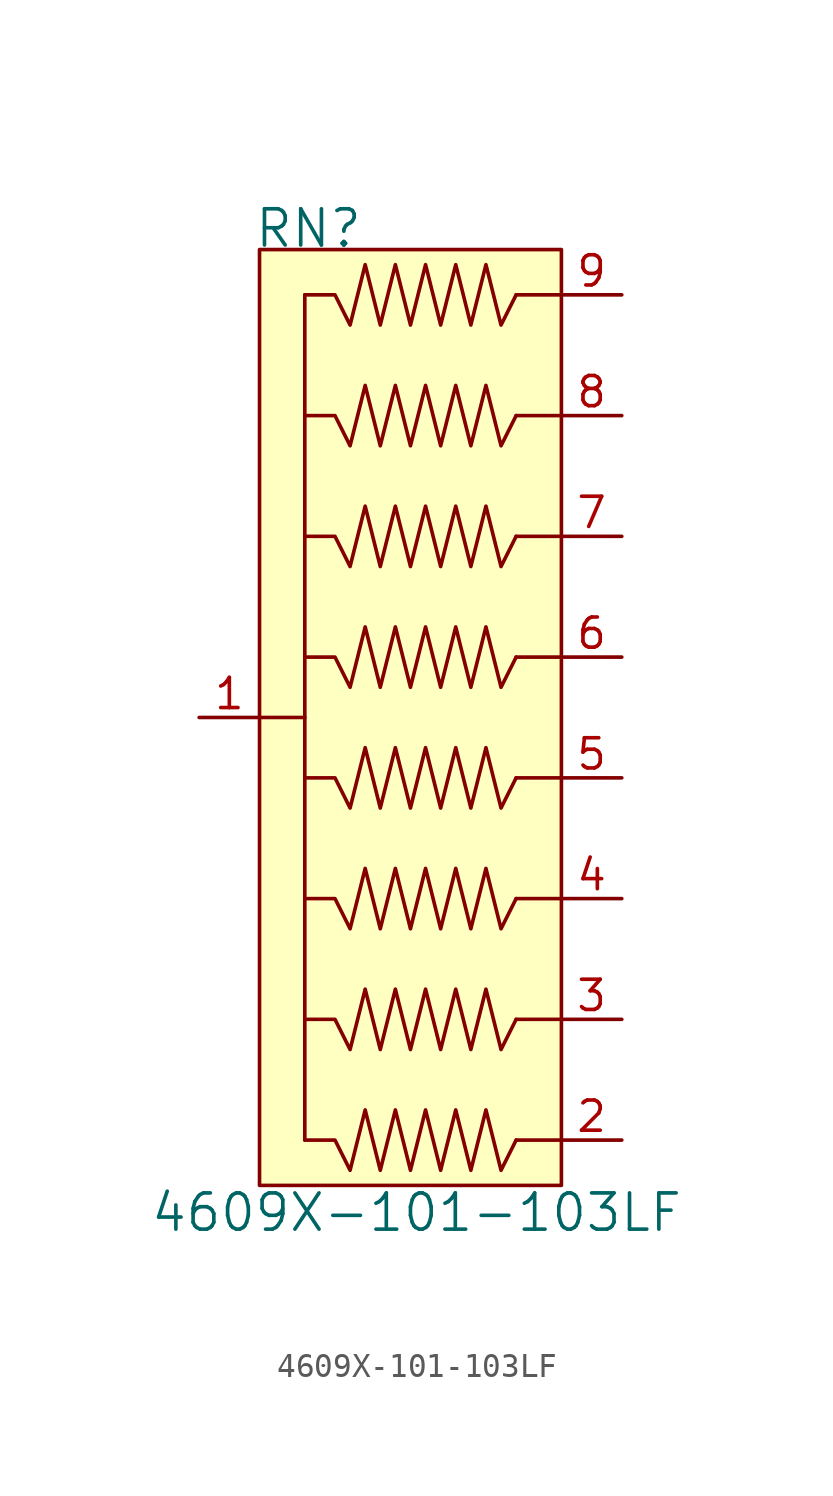
<source format=kicad_sym>
(kicad_symbol_lib
  (version 20211014)
  (generator kicad_symbol_editor)
  (symbol "4609X-101-103LF"
    (pin_names
      (offset 1.016))
    (property "Reference" "RN"
      (at -6.858 20.574 0)
      (effects (font (size 1.524 1.524)) (justify left)))
    (property "Value" "4609X-101-103LF"
      (at 0 -20.828 0)
      (effects (font (size 1.524 1.524))))
    (symbol "4609X-101-103LF_0_1"
      (rectangle (start -6.604 -19.685) (end 6.096 19.685) (stroke (width 0) (type default) (color 0 0 0 0)) (fill (type background)))
      (polyline (pts (xy -6.604 0) (xy -4.699 0)) (stroke (width 0) (type default) (color 0 0 0 0)) (fill (type none)))
      (polyline (pts (xy -4.699 -17.78) (xy -4.699 17.78)) (stroke (width 0) (type default) (color 0 0 0 0)) (fill (type none))))
    (symbol "4609X-101-103LF_1_1"
      (polyline (pts (xy 6.096 -17.78) (xy 4.191 -17.78)) (stroke (width 0) (type default) (color 0 0 0 0)) (fill (type none)))
      (polyline (pts (xy 6.096 -12.7) (xy 4.191 -12.7)) (stroke (width 0) (type default) (color 0 0 0 0)) (fill (type none)))
      (polyline (pts (xy 6.096 -7.62) (xy 4.191 -7.62)) (stroke (width 0) (type default) (color 0 0 0 0)) (fill (type none)))
      (polyline (pts (xy 6.096 -2.54) (xy 4.191 -2.54)) (stroke (width 0) (type default) (color 0 0 0 0)) (fill (type none)))
      (polyline (pts (xy 6.096 2.54) (xy 4.191 2.54)) (stroke (width 0) (type default) (color 0 0 0 0)) (fill (type none)))
      (polyline (pts (xy 6.096 7.62) (xy 4.191 7.62)) (stroke (width 0) (type default) (color 0 0 0 0)) (fill (type none)))
      (polyline (pts (xy 6.096 12.7) (xy 4.191 12.7)) (stroke (width 0) (type default) (color 0 0 0 0)) (fill (type none)))
      (polyline (pts (xy 6.096 17.78) (xy 4.191 17.78)) (stroke (width 0) (type default) (color 0 0 0 0)) (fill (type none)))
      (polyline (pts (xy 4.191 -17.78) (xy 3.556 -19.05) (xy 2.921 -16.51) (xy 2.286 -19.05) (xy 1.651 -16.51) (xy 1.016 -19.05) (xy 0.381 -16.51) (xy -0.254 -19.05) (xy -0.889 -16.51) (xy -1.524 -19.05) (xy -2.159 -16.51) (xy -2.794 -19.05) (xy -3.429 -17.78) (xy -4.699 -17.78)) (stroke (width 0) (type default) (color 0 0 0 0)) (fill (type none)))
      (polyline (pts (xy 4.191 -12.7) (xy 3.556 -13.97) (xy 2.921 -11.43) (xy 2.286 -13.97) (xy 1.651 -11.43) (xy 1.016 -13.97) (xy 0.381 -11.43) (xy -0.254 -13.97) (xy -0.889 -11.43) (xy -1.524 -13.97) (xy -2.159 -11.43) (xy -2.794 -13.97) (xy -3.429 -12.7) (xy -4.699 -12.7)) (stroke (width 0) (type default) (color 0 0 0 0)) (fill (type none)))
      (polyline (pts (xy 4.191 -7.62) (xy 3.556 -8.89) (xy 2.921 -6.35) (xy 2.286 -8.89) (xy 1.651 -6.35) (xy 1.016 -8.89) (xy 0.381 -6.35) (xy -0.254 -8.89) (xy -0.889 -6.35) (xy -1.524 -8.89) (xy -2.159 -6.35) (xy -2.794 -8.89) (xy -3.429 -7.62) (xy -4.699 -7.62)) (stroke (width 0) (type default) (color 0 0 0 0)) (fill (type none)))
      (polyline (pts (xy 4.191 -2.54) (xy 3.556 -3.81) (xy 2.921 -1.27) (xy 2.286 -3.81) (xy 1.651 -1.27) (xy 1.016 -3.81) (xy 0.381 -1.27) (xy -0.254 -3.81) (xy -0.889 -1.27) (xy -1.524 -3.81) (xy -2.159 -1.27) (xy -2.794 -3.81) (xy -3.429 -2.54) (xy -4.699 -2.54)) (stroke (width 0) (type default) (color 0 0 0 0)) (fill (type none)))
      (polyline (pts (xy 4.191 2.54) (xy 3.556 1.27) (xy 2.921 3.81) (xy 2.286 1.27) (xy 1.651 3.81) (xy 1.016 1.27) (xy 0.381 3.81) (xy -0.254 1.27) (xy -0.889 3.81) (xy -1.524 1.27) (xy -2.159 3.81) (xy -2.794 1.27) (xy -3.429 2.54) (xy -4.699 2.54)) (stroke (width 0) (type default) (color 0 0 0 0)) (fill (type none)))
      (polyline (pts (xy 4.191 7.62) (xy 3.556 6.35) (xy 2.921 8.89) (xy 2.286 6.35) (xy 1.651 8.89) (xy 1.016 6.35) (xy 0.381 8.89) (xy -0.254 6.35) (xy -0.889 8.89) (xy -1.524 6.35) (xy -2.159 8.89) (xy -2.794 6.35) (xy -3.429 7.62) (xy -4.699 7.62)) (stroke (width 0) (type default) (color 0 0 0 0)) (fill (type none)))
      (polyline (pts (xy 4.191 12.7) (xy 3.556 11.43) (xy 2.921 13.97) (xy 2.286 11.43) (xy 1.651 13.97) (xy 1.016 11.43) (xy 0.381 13.97) (xy -0.254 11.43) (xy -0.889 13.97) (xy -1.524 11.43) (xy -2.159 13.97) (xy -2.794 11.43) (xy -3.429 12.7) (xy -4.699 12.7)) (stroke (width 0) (type default) (color 0 0 0 0)) (fill (type none)))
      (polyline (pts (xy 4.191 17.78) (xy 3.556 16.51) (xy 2.921 19.05) (xy 2.286 16.51) (xy 1.651 19.05) (xy 1.016 16.51) (xy 0.381 19.05) (xy -0.254 16.51) (xy -0.889 19.05) (xy -1.524 16.51) (xy -2.159 19.05) (xy -2.794 16.51) (xy -3.429 17.78) (xy -4.699 17.78)) (stroke (width 0) (type default) (color 0 0 0 0)) (fill (type none)))
      (pin passive line (at -9.144 0 0) (length 2.54) (name "~" (effects (font (size 1.27 1.27)))) (number "1" (effects (font (size 1.27 1.27)))))
      (pin passive line (at 8.636 -17.78 180) (length 2.54) (name "~" (effects (font (size 1.27 1.27)))) (number "2" (effects (font (size 1.27 1.27)))))
      (pin passive line (at 8.636 -12.7 180) (length 2.54) (name "~" (effects (font (size 1.27 1.27)))) (number "3" (effects (font (size 1.27 1.27)))))
      (pin passive line (at 8.636 -7.62 180) (length 2.54) (name "~" (effects (font (size 1.27 1.27)))) (number "4" (effects (font (size 1.27 1.27)))))
      (pin passive line (at 8.636 -2.54 180) (length 2.54) (name "~" (effects (font (size 1.27 1.27)))) (number "5" (effects (font (size 1.27 1.27)))))
      (pin passive line (at 8.636 2.54 180) (length 2.54) (name "~" (effects (font (size 1.27 1.27)))) (number "6" (effects (font (size 1.27 1.27)))))
      (pin passive line (at 8.636 7.62 180) (length 2.54) (name "~" (effects (font (size 1.27 1.27)))) (number "7" (effects (font (size 1.27 1.27)))))
      (pin passive line (at 8.636 12.7 180) (length 2.54) (name "~" (effects (font (size 1.27 1.27)))) (number "8" (effects (font (size 1.27 1.27)))))
      (pin passive line (at 8.636 17.78 180) (length 2.54) (name "~" (effects (font (size 1.27 1.27)))) (number "9" (effects (font (size 1.27 1.27))))))))
</source>
